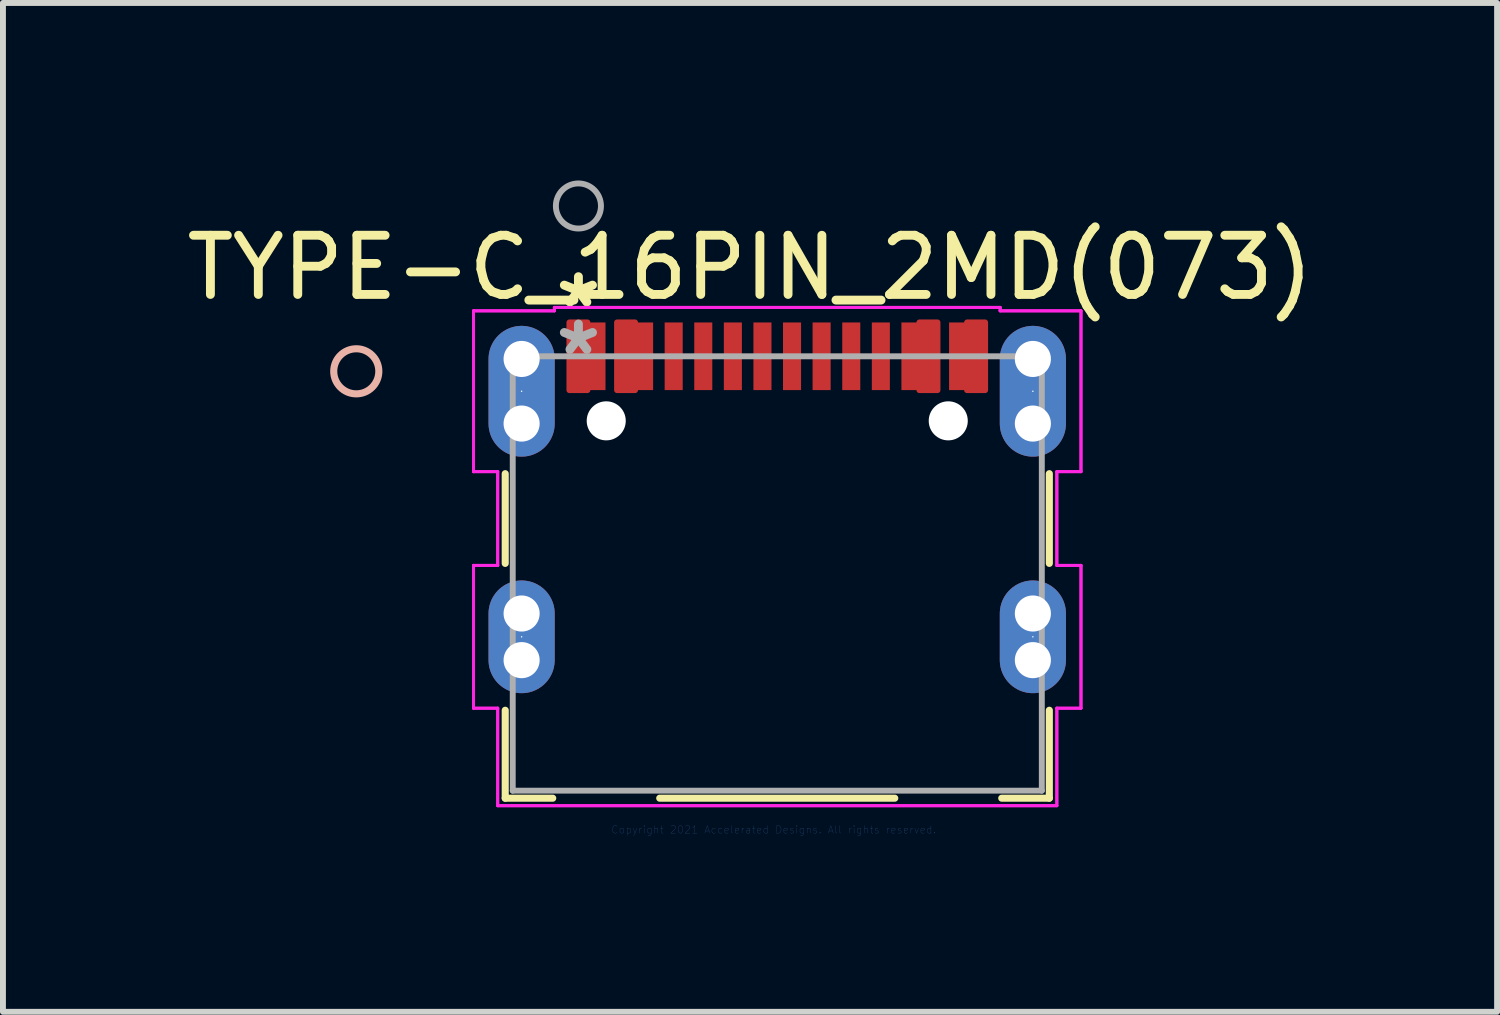
<source format=kicad_pcb>
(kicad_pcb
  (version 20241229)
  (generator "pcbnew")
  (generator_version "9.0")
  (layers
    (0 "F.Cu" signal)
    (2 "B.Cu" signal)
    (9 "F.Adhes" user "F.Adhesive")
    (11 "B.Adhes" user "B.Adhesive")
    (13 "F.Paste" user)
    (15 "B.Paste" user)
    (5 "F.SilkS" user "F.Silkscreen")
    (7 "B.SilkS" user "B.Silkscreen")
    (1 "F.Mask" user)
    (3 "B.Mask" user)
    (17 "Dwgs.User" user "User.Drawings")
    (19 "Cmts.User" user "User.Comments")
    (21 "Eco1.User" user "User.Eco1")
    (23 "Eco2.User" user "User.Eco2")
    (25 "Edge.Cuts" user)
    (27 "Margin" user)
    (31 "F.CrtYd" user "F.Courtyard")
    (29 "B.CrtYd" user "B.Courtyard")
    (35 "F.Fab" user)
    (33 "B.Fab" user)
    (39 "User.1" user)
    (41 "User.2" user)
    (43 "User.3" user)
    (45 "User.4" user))
  (footprint "TYPE-C_16PIN_2MD(073)"
    (layer "F.Cu")
    (at 6.725 2.971)
    (property "Reference" "TYPE-C_16PIN_2MD(073)" (at 2.9 -1.5 0) (layer "F.SilkS") (effects (font (size 1 1) (thickness 0.15))))
    (attr through_hole)
    (fp_poly (pts (xy -0.152 0.572) (xy -0.152 -0.572) (xy 0.152 -0.572) (xy 0.152 0.572)) (stroke (width 0.1) (type solid)) (fill yes) (layer "F.Cu"))
    (fp_poly (pts (xy 0.653 -0.572) (xy 0.957 -0.572) (xy 0.957 0.572) (xy 0.653 0.572)) (stroke (width 0.1) (type solid)) (fill yes) (layer "F.Cu"))
    (fp_poly (pts (xy 6.068 -0.572) (xy 6.068 0.572) (xy 5.763 0.572) (xy 5.763 -0.572)) (stroke (width 0.1) (type solid)) (fill yes) (layer "F.Cu"))
    (fp_poly (pts (xy 6.873 -0.572) (xy 6.873 0.572) (xy 6.568 0.572) (xy 6.568 -0.572)) (stroke (width 0.1) (type solid)) (fill yes) (layer "F.Cu"))
    (fp_poly (pts (xy -0.152 0.572) (xy -0.152 -0.572) (xy 0.152 -0.572) (xy 0.152 0.572)) (stroke (width 0.1) (type solid)) (fill yes) (layer "F.Mask"))
    (fp_poly (pts (xy 0.653 -0.572) (xy 0.957 -0.572) (xy 0.957 0.572) (xy 0.653 0.572)) (stroke (width 0.1) (type solid)) (fill yes) (layer "F.Mask"))
    (fp_poly (pts (xy 6.068 -0.572) (xy 6.068 0.572) (xy 5.763 0.572) (xy 5.763 -0.572)) (stroke (width 0.1) (type solid)) (fill yes) (layer "F.Mask"))
    (fp_poly (pts (xy 6.873 -0.572) (xy 6.873 0.572) (xy 6.568 0.572) (xy 6.568 -0.572)) (stroke (width 0.1) (type solid)) (fill yes) (layer "F.Mask"))
    (fp_line (start -1.237 1.984) (end -1.237 3.5) (stroke (width 0.12) (type solid)) (layer "F.SilkS"))
    (fp_line (start -1.237 5.982) (end -1.237 7.468) (stroke (width 0.12) (type solid)) (layer "F.SilkS"))
    (fp_line (start -1.237 7.468) (end -0.434 7.468) (stroke (width 0.12) (type solid)) (layer "F.SilkS"))
    (fp_line (start 1.374 7.468) (end 5.346 7.468) (stroke (width 0.12) (type solid)) (layer "F.SilkS"))
    (fp_line (start 7.154 7.468) (end 7.958 7.468) (stroke (width 0.12) (type solid)) (layer "F.SilkS"))
    (fp_line (start 7.958 3.5) (end 7.958 1.984) (stroke (width 0.12) (type solid)) (layer "F.SilkS"))
    (fp_line (start 7.958 7.468) (end 7.958 5.982) (stroke (width 0.12) (type solid)) (layer "F.SilkS"))
    (fp_circle (center -3.754 0.254) (end -3.373 0.254) (stroke (width 0.12) (type solid)) (fill no) (layer "B.SilkS"))
    (fp_poly (pts (xy -0.152 0.572) (xy -0.152 -0.572) (xy 0.152 -0.572) (xy 0.152 0.572)) (stroke (width 0.1) (type solid)) (fill yes) (layer "F.Paste"))
    (fp_poly (pts (xy 0.653 -0.572) (xy 0.957 -0.572) (xy 0.957 0.572) (xy 0.653 0.572)) (stroke (width 0.1) (type solid)) (fill yes) (layer "F.Paste"))
    (fp_poly (pts (xy 6.068 -0.572) (xy 6.068 0.572) (xy 5.763 0.572) (xy 5.763 -0.572)) (stroke (width 0.1) (type solid)) (fill yes) (layer "F.Paste"))
    (fp_poly (pts (xy 6.873 -0.572) (xy 6.873 0.572) (xy 6.568 0.572) (xy 6.568 -0.572)) (stroke (width 0.1) (type solid)) (fill yes) (layer "F.Paste"))
    (fp_line (start -1.773 3.534) (end -1.773 5.947) (stroke (width 0.05) (type solid)) (layer "F.CrtYd"))
    (fp_line (start -1.773 3.534) (end -1.773 5.947) (stroke (width 0.05) (type solid)) (layer "F.CrtYd"))
    (fp_line (start -1.773 5.947) (end -1.364 5.947) (stroke (width 0.05) (type solid)) (layer "F.CrtYd"))
    (fp_line (start -1.773 5.947) (end -1.364 5.947) (stroke (width 0.05) (type solid)) (layer "F.CrtYd"))
    (fp_line (start -1.773 -0.768) (end -1.773 1.95) (stroke (width 0.05) (type solid)) (layer "F.CrtYd"))
    (fp_line (start -1.773 -0.768) (end -1.773 1.95) (stroke (width 0.05) (type solid)) (layer "F.CrtYd"))
    (fp_line (start -1.773 1.95) (end -1.364 1.95) (stroke (width 0.05) (type solid)) (layer "F.CrtYd"))
    (fp_line (start -1.773 1.95) (end -1.364 1.95) (stroke (width 0.05) (type solid)) (layer "F.CrtYd"))
    (fp_line (start -1.364 1.95) (end -1.364 3.534) (stroke (width 0.05) (type solid)) (layer "F.CrtYd"))
    (fp_line (start -1.364 1.95) (end -1.364 3.534) (stroke (width 0.05) (type solid)) (layer "F.CrtYd"))
    (fp_line (start -1.364 3.534) (end -1.773 3.534) (stroke (width 0.05) (type solid)) (layer "F.CrtYd"))
    (fp_line (start -1.364 3.534) (end -1.773 3.534) (stroke (width 0.05) (type solid)) (layer "F.CrtYd"))
    (fp_line (start -1.364 5.947) (end -1.364 7.595) (stroke (width 0.05) (type solid)) (layer "F.CrtYd"))
    (fp_line (start -1.364 5.947) (end -1.364 7.595) (stroke (width 0.05) (type solid)) (layer "F.CrtYd"))
    (fp_line (start -1.364 7.595) (end 8.085 7.595) (stroke (width 0.05) (type solid)) (layer "F.CrtYd"))
    (fp_line (start -1.364 7.595) (end 8.085 7.595) (stroke (width 0.05) (type solid)) (layer "F.CrtYd"))
    (fp_line (start -0.406 -0.826) (end -0.406 -0.768) (stroke (width 0.05) (type solid)) (layer "F.CrtYd"))
    (fp_line (start -0.406 -0.826) (end -0.406 -0.768) (stroke (width 0.05) (type solid)) (layer "F.CrtYd"))
    (fp_line (start -0.406 -0.768) (end -1.773 -0.768) (stroke (width 0.05) (type solid)) (layer "F.CrtYd"))
    (fp_line (start -0.406 -0.768) (end -1.773 -0.768) (stroke (width 0.05) (type solid)) (layer "F.CrtYd"))
    (fp_line (start 7.127 -0.826) (end -0.406 -0.826) (stroke (width 0.05) (type solid)) (layer "F.CrtYd"))
    (fp_line (start 7.127 -0.826) (end -0.406 -0.826) (stroke (width 0.05) (type solid)) (layer "F.CrtYd"))
    (fp_line (start 7.127 -0.768) (end 7.127 -0.826) (stroke (width 0.05) (type solid)) (layer "F.CrtYd"))
    (fp_line (start 7.127 -0.768) (end 7.127 -0.826) (stroke (width 0.05) (type solid)) (layer "F.CrtYd"))
    (fp_line (start 8.085 1.95) (end 8.493 1.95) (stroke (width 0.05) (type solid)) (layer "F.CrtYd"))
    (fp_line (start 8.085 1.95) (end 8.493 1.95) (stroke (width 0.05) (type solid)) (layer "F.CrtYd"))
    (fp_line (start 8.085 3.534) (end 8.085 1.95) (stroke (width 0.05) (type solid)) (layer "F.CrtYd"))
    (fp_line (start 8.085 3.534) (end 8.085 1.95) (stroke (width 0.05) (type solid)) (layer "F.CrtYd"))
    (fp_line (start 8.085 5.947) (end 8.493 5.947) (stroke (width 0.05) (type solid)) (layer "F.CrtYd"))
    (fp_line (start 8.085 5.947) (end 8.493 5.947) (stroke (width 0.05) (type solid)) (layer "F.CrtYd"))
    (fp_line (start 8.085 7.595) (end 8.085 5.947) (stroke (width 0.05) (type solid)) (layer "F.CrtYd"))
    (fp_line (start 8.085 7.595) (end 8.085 5.947) (stroke (width 0.05) (type solid)) (layer "F.CrtYd"))
    (fp_line (start 8.493 -0.768) (end 7.127 -0.768) (stroke (width 0.05) (type solid)) (layer "F.CrtYd"))
    (fp_line (start 8.493 -0.768) (end 7.127 -0.768) (stroke (width 0.05) (type solid)) (layer "F.CrtYd"))
    (fp_line (start 8.493 1.95) (end 8.493 -0.768) (stroke (width 0.05) (type solid)) (layer "F.CrtYd"))
    (fp_line (start 8.493 1.95) (end 8.493 -0.768) (stroke (width 0.05) (type solid)) (layer "F.CrtYd"))
    (fp_line (start 8.493 3.534) (end 8.085 3.534) (stroke (width 0.05) (type solid)) (layer "F.CrtYd"))
    (fp_line (start 8.493 3.534) (end 8.085 3.534) (stroke (width 0.05) (type solid)) (layer "F.CrtYd"))
    (fp_line (start 8.493 5.947) (end 8.493 3.534) (stroke (width 0.05) (type solid)) (layer "F.CrtYd"))
    (fp_line (start 8.493 5.947) (end 8.493 3.534) (stroke (width 0.05) (type solid)) (layer "F.CrtYd"))
    (fp_line (start -1.11 0) (end -1.11 7.341) (stroke (width 0.1) (type solid)) (layer "F.Fab"))
    (fp_line (start -1.11 7.341) (end 7.831 7.341) (stroke (width 0.1) (type solid)) (layer "F.Fab"))
    (fp_line (start 7.831 0) (end -1.11 0) (stroke (width 0.1) (type solid)) (layer "F.Fab"))
    (fp_line (start 7.831 7.341) (end 7.831 0) (stroke (width 0.1) (type solid)) (layer "F.Fab"))
    (fp_circle (center 0 -2.54) (end 0.381 -2.54) (stroke (width 0.1) (type solid)) (fill no) (layer "F.Fab"))
    (fp_text user "*" (at 0 -0.8 0) (layer "F.SilkS") (effects (font (size 1 1) (thickness 0.15))))
    (fp_text user "Copyright 2021 Accelerated Designs. All rights reserved." (at 3.3 8 0) (layer "Cmts.User") (effects (font (size 0.127 0.127) (thickness 0.002))))
    (fp_text user "*" (at 0 0 0) (layer "F.Fab") (effects (font (size 1 1) (thickness 0.15))))
    (pad "" np_thru_hole circle (at -0.96 4.347) (size 0.61 0.61) (drill 0.61) (layers "*.Cu" "*.Mask"))
    (pad "" np_thru_hole circle (at -0.96 5.135) (size 0.61 0.61) (drill 0.61) (layers "*.Cu" "*.Mask"))
    (pad "" np_thru_hole circle (at -0.96 0.045) (size 0.61 0.61) (drill 0.61) (layers "*.Cu" "*.Mask"))
    (pad "" np_thru_hole circle (at -0.96 1.137) (size 0.61 0.61) (drill 0.61) (layers "*.Cu" "*.Mask"))
    (pad "" np_thru_hole circle (at 0.47 1.091) (size 0.66 0.66) (drill 0.66) (layers "*.Cu" "*.Mask"))
    (pad "" np_thru_hole circle (at 6.25 1.091) (size 0.66 0.66) (drill 0.66) (layers "*.Cu" "*.Mask"))
    (pad "" np_thru_hole circle (at 7.68 0.045) (size 0.61 0.61) (drill 0.61) (layers "*.Cu" "*.Mask"))
    (pad "" np_thru_hole circle (at 7.68 1.137) (size 0.61 0.61) (drill 0.61) (layers "*.Cu" "*.Mask"))
    (pad "" np_thru_hole circle (at 7.68 4.347) (size 0.61 0.61) (drill 0.61) (layers "*.Cu" "*.Mask"))
    (pad "" np_thru_hole circle (at 7.68 5.135) (size 0.61 0.61) (drill 0.61) (layers "*.Cu" "*.Mask"))
    (pad "17" thru_hole oval (at -0.96 0.591 90) (size 2.21 1.118) (drill 0.025) (layers "*.Cu" "*.Mask"))
    (pad "18" thru_hole oval (at -0.96 4.741 90) (size 1.905 1.118) (drill 0.025) (layers "*.Cu" "*.Mask"))
    (pad "19" thru_hole oval (at 7.68 4.741 90) (size 1.905 1.118) (drill 0.025) (layers "*.Cu" "*.Mask"))
    (pad "20" thru_hole oval (at 7.68 0.591 90) (size 2.21 1.118) (drill 0.025) (layers "*.Cu" "*.Mask"))
    (pad "A1" smd circle (at 0 0) (size 0.127 0.127) (layers "F.Cu" "F.Mask" "F.Paste"))
    (pad "A4" smd circle (at 0.805 0) (size 0.127 0.127) (layers "F.Cu" "F.Mask" "F.Paste"))
    (pad "A5" smd rect (at 2.11 0) (size 0.305 1.143) (layers "F.Cu" "F.Mask" "F.Paste"))
    (pad "A6" smd rect (at 3.11 0) (size 0.305 1.143) (layers "F.Cu" "F.Mask" "F.Paste"))
    (pad "A7" smd rect (at 3.61 0) (size 0.305 1.143) (layers "F.Cu" "F.Mask" "F.Paste"))
    (pad "A8" smd rect (at 1.61 0) (size 0.305 1.143) (layers "F.Cu" "F.Mask" "F.Paste"))
    (pad "A9" smd circle (at 5.916 0) (size 0.127 0.127) (layers "F.Cu" "F.Mask" "F.Paste"))
    (pad "A12" smd circle (at 6.721 0) (size 0.127 0.127) (layers "F.Cu" "F.Mask" "F.Paste"))
    (pad "B1" smd rect (at 6.416 0) (size 0.305 1.143) (layers "F.Cu" "F.Mask" "F.Paste"))
    (pad "B4" smd rect (at 5.611 0) (size 0.305 1.143) (layers "F.Cu" "F.Mask" "F.Paste"))
    (pad "B5" smd rect (at 5.111 0) (size 0.305 1.143) (layers "F.Cu" "F.Mask" "F.Paste"))
    (pad "B6" smd rect (at 4.11 0) (size 0.305 1.143) (layers "F.Cu" "F.Mask" "F.Paste"))
    (pad "B7" smd rect (at 2.61 0) (size 0.305 1.143) (layers "F.Cu" "F.Mask" "F.Paste"))
    (pad "B8" smd rect (at 4.611 0) (size 0.305 1.143) (layers "F.Cu" "F.Mask" "F.Paste"))
    (pad "B9" smd rect (at 1.11 0) (size 0.305 1.143) (layers "F.Cu" "F.Mask" "F.Paste"))
    (pad "B12" smd rect (at 0.305 0) (size 0.305 1.143) (layers "F.Cu" "F.Mask" "F.Paste")))
  (gr_rect
    (start -3 -3)
    (end 22.25 14.049)
    (stroke (width 0.1) (type default))
    (fill no)
    (layer "Edge.Cuts")))
</source>
